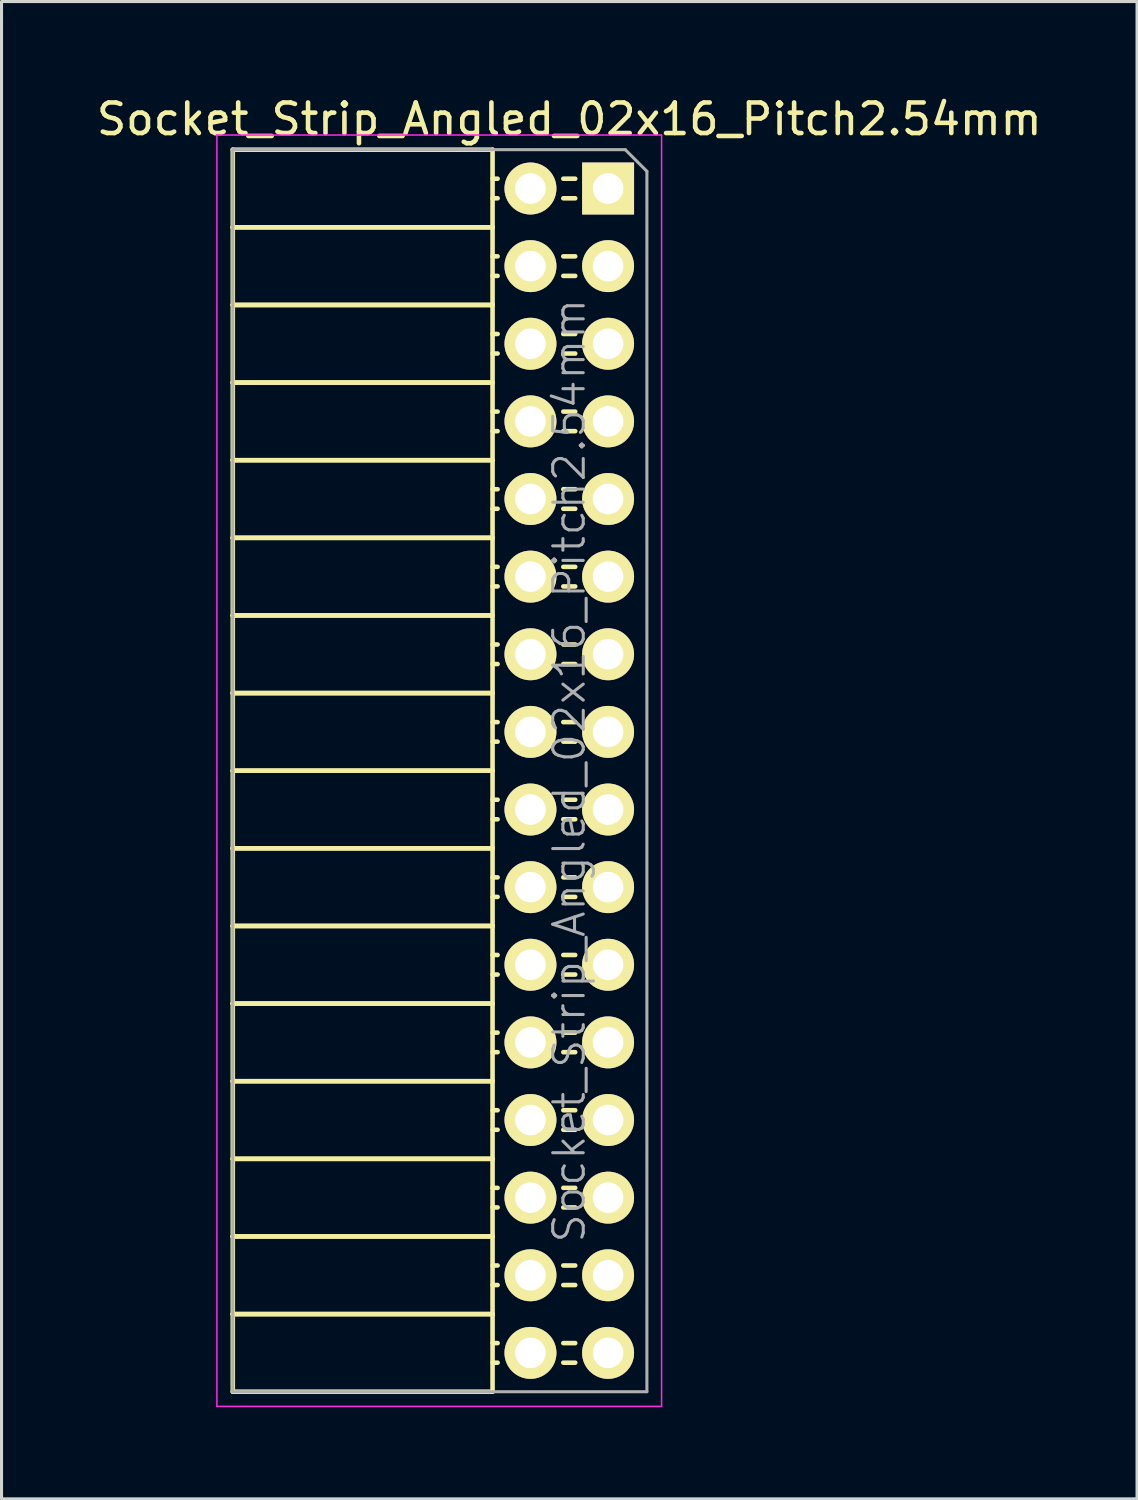
<source format=kicad_pcb>
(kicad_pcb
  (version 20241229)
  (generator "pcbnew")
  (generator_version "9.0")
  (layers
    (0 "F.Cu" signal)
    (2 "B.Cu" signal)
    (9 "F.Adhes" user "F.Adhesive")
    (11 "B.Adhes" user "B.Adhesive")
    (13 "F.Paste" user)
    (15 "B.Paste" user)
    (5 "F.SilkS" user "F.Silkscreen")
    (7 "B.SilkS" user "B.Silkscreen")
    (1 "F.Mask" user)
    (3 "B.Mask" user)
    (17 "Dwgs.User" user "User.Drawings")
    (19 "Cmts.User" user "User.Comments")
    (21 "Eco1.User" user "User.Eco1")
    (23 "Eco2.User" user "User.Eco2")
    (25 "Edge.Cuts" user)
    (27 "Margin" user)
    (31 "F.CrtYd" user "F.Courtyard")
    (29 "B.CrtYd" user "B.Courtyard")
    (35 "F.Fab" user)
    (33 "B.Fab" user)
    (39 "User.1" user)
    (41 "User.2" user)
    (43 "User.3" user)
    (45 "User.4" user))
  (footprint "Socket_Strip_Angled_02x16_Pitch2.54mm"
    (layer "F.Cu")
    (at 16.847 3.118)
    (property "Reference" "Socket_Strip_Angled_02x16_Pitch2.54mm" (at -1.27 -2.27 0) (layer "F.SilkS") (effects (font (size 1 1) (thickness 0.15))))
    (attr smd)
    (fp_line (start -12.28 -1.27) (end -12.28 1.27) (stroke (width 0.15) (type solid)) (layer "F.SilkS"))
    (fp_line (start -12.28 -1.27) (end -3.78 -1.27) (stroke (width 0.15) (type solid)) (layer "F.SilkS"))
    (fp_line (start -12.28 1.27) (end -12.28 3.81) (stroke (width 0.15) (type solid)) (layer "F.SilkS"))
    (fp_line (start -12.28 1.27) (end -3.78 1.27) (stroke (width 0.15) (type solid)) (layer "F.SilkS"))
    (fp_line (start -12.28 1.27) (end -3.78 1.27) (stroke (width 0.15) (type solid)) (layer "F.SilkS"))
    (fp_line (start -12.28 3.81) (end -12.28 6.35) (stroke (width 0.15) (type solid)) (layer "F.SilkS"))
    (fp_line (start -12.28 3.81) (end -3.78 3.81) (stroke (width 0.15) (type solid)) (layer "F.SilkS"))
    (fp_line (start -12.28 3.81) (end -3.78 3.81) (stroke (width 0.15) (type solid)) (layer "F.SilkS"))
    (fp_line (start -12.28 6.35) (end -12.28 8.89) (stroke (width 0.15) (type solid)) (layer "F.SilkS"))
    (fp_line (start -12.28 6.35) (end -3.78 6.35) (stroke (width 0.15) (type solid)) (layer "F.SilkS"))
    (fp_line (start -12.28 6.35) (end -3.78 6.35) (stroke (width 0.15) (type solid)) (layer "F.SilkS"))
    (fp_line (start -12.28 8.89) (end -12.28 11.43) (stroke (width 0.15) (type solid)) (layer "F.SilkS"))
    (fp_line (start -12.28 8.89) (end -3.78 8.89) (stroke (width 0.15) (type solid)) (layer "F.SilkS"))
    (fp_line (start -12.28 8.89) (end -3.78 8.89) (stroke (width 0.15) (type solid)) (layer "F.SilkS"))
    (fp_line (start -12.28 11.43) (end -12.28 13.97) (stroke (width 0.15) (type solid)) (layer "F.SilkS"))
    (fp_line (start -12.28 11.43) (end -3.78 11.43) (stroke (width 0.15) (type solid)) (layer "F.SilkS"))
    (fp_line (start -12.28 11.43) (end -3.78 11.43) (stroke (width 0.15) (type solid)) (layer "F.SilkS"))
    (fp_line (start -12.28 13.97) (end -12.28 16.51) (stroke (width 0.15) (type solid)) (layer "F.SilkS"))
    (fp_line (start -12.28 13.97) (end -3.78 13.97) (stroke (width 0.15) (type solid)) (layer "F.SilkS"))
    (fp_line (start -12.28 13.97) (end -3.78 13.97) (stroke (width 0.15) (type solid)) (layer "F.SilkS"))
    (fp_line (start -12.28 16.51) (end -12.28 19.05) (stroke (width 0.15) (type solid)) (layer "F.SilkS"))
    (fp_line (start -12.28 16.51) (end -3.78 16.51) (stroke (width 0.15) (type solid)) (layer "F.SilkS"))
    (fp_line (start -12.28 16.51) (end -3.78 16.51) (stroke (width 0.15) (type solid)) (layer "F.SilkS"))
    (fp_line (start -12.28 19.05) (end -12.28 21.59) (stroke (width 0.15) (type solid)) (layer "F.SilkS"))
    (fp_line (start -12.28 19.05) (end -3.78 19.05) (stroke (width 0.15) (type solid)) (layer "F.SilkS"))
    (fp_line (start -12.28 19.05) (end -3.78 19.05) (stroke (width 0.15) (type solid)) (layer "F.SilkS"))
    (fp_line (start -12.28 21.59) (end -12.28 24.13) (stroke (width 0.15) (type solid)) (layer "F.SilkS"))
    (fp_line (start -12.28 21.59) (end -3.78 21.59) (stroke (width 0.15) (type solid)) (layer "F.SilkS"))
    (fp_line (start -12.28 21.59) (end -3.78 21.59) (stroke (width 0.15) (type solid)) (layer "F.SilkS"))
    (fp_line (start -12.28 24.13) (end -12.28 26.67) (stroke (width 0.15) (type solid)) (layer "F.SilkS"))
    (fp_line (start -12.28 24.13) (end -3.78 24.13) (stroke (width 0.15) (type solid)) (layer "F.SilkS"))
    (fp_line (start -12.28 24.13) (end -3.78 24.13) (stroke (width 0.15) (type solid)) (layer "F.SilkS"))
    (fp_line (start -12.28 26.67) (end -12.28 29.21) (stroke (width 0.15) (type solid)) (layer "F.SilkS"))
    (fp_line (start -12.28 26.67) (end -3.78 26.67) (stroke (width 0.15) (type solid)) (layer "F.SilkS"))
    (fp_line (start -12.28 26.67) (end -3.78 26.67) (stroke (width 0.15) (type solid)) (layer "F.SilkS"))
    (fp_line (start -12.28 29.21) (end -12.28 31.75) (stroke (width 0.15) (type solid)) (layer "F.SilkS"))
    (fp_line (start -12.28 29.21) (end -3.78 29.21) (stroke (width 0.15) (type solid)) (layer "F.SilkS"))
    (fp_line (start -12.28 29.21) (end -3.78 29.21) (stroke (width 0.15) (type solid)) (layer "F.SilkS"))
    (fp_line (start -12.28 31.75) (end -12.28 34.29) (stroke (width 0.15) (type solid)) (layer "F.SilkS"))
    (fp_line (start -12.28 31.75) (end -3.78 31.75) (stroke (width 0.15) (type solid)) (layer "F.SilkS"))
    (fp_line (start -12.28 31.75) (end -3.78 31.75) (stroke (width 0.15) (type solid)) (layer "F.SilkS"))
    (fp_line (start -12.28 34.29) (end -12.28 36.83) (stroke (width 0.15) (type solid)) (layer "F.SilkS"))
    (fp_line (start -12.28 34.29) (end -3.78 34.29) (stroke (width 0.15) (type solid)) (layer "F.SilkS"))
    (fp_line (start -12.28 34.29) (end -3.78 34.29) (stroke (width 0.15) (type solid)) (layer "F.SilkS"))
    (fp_line (start -12.28 36.83) (end -12.28 39.37) (stroke (width 0.15) (type solid)) (layer "F.SilkS"))
    (fp_line (start -12.28 36.83) (end -3.78 36.83) (stroke (width 0.15) (type solid)) (layer "F.SilkS"))
    (fp_line (start -12.28 36.83) (end -3.78 36.83) (stroke (width 0.15) (type solid)) (layer "F.SilkS"))
    (fp_line (start -12.28 39.37) (end -3.78 39.37) (stroke (width 0.15) (type solid)) (layer "F.SilkS"))
    (fp_line (start -3.78 -1.27) (end -3.78 1.27) (stroke (width 0.15) (type solid)) (layer "F.SilkS"))
    (fp_line (start -3.78 -0.32) (end -3.615 -0.32) (stroke (width 0.15) (type solid)) (layer "F.SilkS"))
    (fp_line (start -3.78 0.32) (end -3.615 0.32) (stroke (width 0.15) (type solid)) (layer "F.SilkS"))
    (fp_line (start -3.78 1.27) (end -3.78 3.81) (stroke (width 0.15) (type solid)) (layer "F.SilkS"))
    (fp_line (start -3.78 2.22) (end -3.615 2.22) (stroke (width 0.15) (type solid)) (layer "F.SilkS"))
    (fp_line (start -3.78 2.86) (end -3.615 2.86) (stroke (width 0.15) (type solid)) (layer "F.SilkS"))
    (fp_line (start -3.78 3.81) (end -3.78 6.35) (stroke (width 0.15) (type solid)) (layer "F.SilkS"))
    (fp_line (start -3.78 4.76) (end -3.615 4.76) (stroke (width 0.15) (type solid)) (layer "F.SilkS"))
    (fp_line (start -3.78 5.4) (end -3.615 5.4) (stroke (width 0.15) (type solid)) (layer "F.SilkS"))
    (fp_line (start -3.78 6.35) (end -3.78 8.89) (stroke (width 0.15) (type solid)) (layer "F.SilkS"))
    (fp_line (start -3.78 7.3) (end -3.615 7.3) (stroke (width 0.15) (type solid)) (layer "F.SilkS"))
    (fp_line (start -3.78 7.94) (end -3.615 7.94) (stroke (width 0.15) (type solid)) (layer "F.SilkS"))
    (fp_line (start -3.78 8.89) (end -3.78 11.43) (stroke (width 0.15) (type solid)) (layer "F.SilkS"))
    (fp_line (start -3.78 9.84) (end -3.615 9.84) (stroke (width 0.15) (type solid)) (layer "F.SilkS"))
    (fp_line (start -3.78 10.48) (end -3.615 10.48) (stroke (width 0.15) (type solid)) (layer "F.SilkS"))
    (fp_line (start -3.78 11.43) (end -3.78 13.97) (stroke (width 0.15) (type solid)) (layer "F.SilkS"))
    (fp_line (start -3.78 12.38) (end -3.615 12.38) (stroke (width 0.15) (type solid)) (layer "F.SilkS"))
    (fp_line (start -3.78 13.02) (end -3.615 13.02) (stroke (width 0.15) (type solid)) (layer "F.SilkS"))
    (fp_line (start -3.78 13.97) (end -3.78 16.51) (stroke (width 0.15) (type solid)) (layer "F.SilkS"))
    (fp_line (start -3.78 14.92) (end -3.615 14.92) (stroke (width 0.15) (type solid)) (layer "F.SilkS"))
    (fp_line (start -3.78 15.56) (end -3.615 15.56) (stroke (width 0.15) (type solid)) (layer "F.SilkS"))
    (fp_line (start -3.78 16.51) (end -3.78 19.05) (stroke (width 0.15) (type solid)) (layer "F.SilkS"))
    (fp_line (start -3.78 17.46) (end -3.615 17.46) (stroke (width 0.15) (type solid)) (layer "F.SilkS"))
    (fp_line (start -3.78 18.1) (end -3.615 18.1) (stroke (width 0.15) (type solid)) (layer "F.SilkS"))
    (fp_line (start -3.78 19.05) (end -3.78 21.59) (stroke (width 0.15) (type solid)) (layer "F.SilkS"))
    (fp_line (start -3.78 20) (end -3.615 20) (stroke (width 0.15) (type solid)) (layer "F.SilkS"))
    (fp_line (start -3.78 20.64) (end -3.615 20.64) (stroke (width 0.15) (type solid)) (layer "F.SilkS"))
    (fp_line (start -3.78 21.59) (end -3.78 24.13) (stroke (width 0.15) (type solid)) (layer "F.SilkS"))
    (fp_line (start -3.78 22.54) (end -3.615 22.54) (stroke (width 0.15) (type solid)) (layer "F.SilkS"))
    (fp_line (start -3.78 23.18) (end -3.615 23.18) (stroke (width 0.15) (type solid)) (layer "F.SilkS"))
    (fp_line (start -3.78 24.13) (end -3.78 26.67) (stroke (width 0.15) (type solid)) (layer "F.SilkS"))
    (fp_line (start -3.78 25.08) (end -3.615 25.08) (stroke (width 0.15) (type solid)) (layer "F.SilkS"))
    (fp_line (start -3.78 25.72) (end -3.615 25.72) (stroke (width 0.15) (type solid)) (layer "F.SilkS"))
    (fp_line (start -3.78 26.67) (end -3.78 29.21) (stroke (width 0.15) (type solid)) (layer "F.SilkS"))
    (fp_line (start -3.78 27.62) (end -3.615 27.62) (stroke (width 0.15) (type solid)) (layer "F.SilkS"))
    (fp_line (start -3.78 28.26) (end -3.615 28.26) (stroke (width 0.15) (type solid)) (layer "F.SilkS"))
    (fp_line (start -3.78 29.21) (end -3.78 31.75) (stroke (width 0.15) (type solid)) (layer "F.SilkS"))
    (fp_line (start -3.78 30.16) (end -3.615 30.16) (stroke (width 0.15) (type solid)) (layer "F.SilkS"))
    (fp_line (start -3.78 30.8) (end -3.615 30.8) (stroke (width 0.15) (type solid)) (layer "F.SilkS"))
    (fp_line (start -3.78 31.75) (end -3.78 34.29) (stroke (width 0.15) (type solid)) (layer "F.SilkS"))
    (fp_line (start -3.78 32.7) (end -3.615 32.7) (stroke (width 0.15) (type solid)) (layer "F.SilkS"))
    (fp_line (start -3.78 33.34) (end -3.615 33.34) (stroke (width 0.15) (type solid)) (layer "F.SilkS"))
    (fp_line (start -3.78 34.29) (end -3.78 36.83) (stroke (width 0.15) (type solid)) (layer "F.SilkS"))
    (fp_line (start -3.78 35.24) (end -3.615 35.24) (stroke (width 0.15) (type solid)) (layer "F.SilkS"))
    (fp_line (start -3.78 35.88) (end -3.615 35.88) (stroke (width 0.15) (type solid)) (layer "F.SilkS"))
    (fp_line (start -3.78 36.83) (end -3.78 39.37) (stroke (width 0.15) (type solid)) (layer "F.SilkS"))
    (fp_line (start -3.78 37.78) (end -3.615 37.78) (stroke (width 0.15) (type solid)) (layer "F.SilkS"))
    (fp_line (start -3.78 38.42) (end -3.615 38.42) (stroke (width 0.15) (type solid)) (layer "F.SilkS"))
    (fp_line (start -1.075 -0.32) (end -1.465 -0.32) (stroke (width 0.15) (type solid)) (layer "F.SilkS"))
    (fp_line (start -1.075 0.32) (end -1.465 0.32) (stroke (width 0.15) (type solid)) (layer "F.SilkS"))
    (fp_line (start -1.075 2.22) (end -1.465 2.22) (stroke (width 0.15) (type solid)) (layer "F.SilkS"))
    (fp_line (start -1.075 2.86) (end -1.465 2.86) (stroke (width 0.15) (type solid)) (layer "F.SilkS"))
    (fp_line (start -1.075 4.76) (end -1.465 4.76) (stroke (width 0.15) (type solid)) (layer "F.SilkS"))
    (fp_line (start -1.075 5.4) (end -1.465 5.4) (stroke (width 0.15) (type solid)) (layer "F.SilkS"))
    (fp_line (start -1.075 7.3) (end -1.465 7.3) (stroke (width 0.15) (type solid)) (layer "F.SilkS"))
    (fp_line (start -1.075 7.94) (end -1.465 7.94) (stroke (width 0.15) (type solid)) (layer "F.SilkS"))
    (fp_line (start -1.075 9.84) (end -1.465 9.84) (stroke (width 0.15) (type solid)) (layer "F.SilkS"))
    (fp_line (start -1.075 10.48) (end -1.465 10.48) (stroke (width 0.15) (type solid)) (layer "F.SilkS"))
    (fp_line (start -1.075 12.38) (end -1.465 12.38) (stroke (width 0.15) (type solid)) (layer "F.SilkS"))
    (fp_line (start -1.075 13.02) (end -1.465 13.02) (stroke (width 0.15) (type solid)) (layer "F.SilkS"))
    (fp_line (start -1.075 14.92) (end -1.465 14.92) (stroke (width 0.15) (type solid)) (layer "F.SilkS"))
    (fp_line (start -1.075 15.56) (end -1.465 15.56) (stroke (width 0.15) (type solid)) (layer "F.SilkS"))
    (fp_line (start -1.075 17.46) (end -1.465 17.46) (stroke (width 0.15) (type solid)) (layer "F.SilkS"))
    (fp_line (start -1.075 18.1) (end -1.465 18.1) (stroke (width 0.15) (type solid)) (layer "F.SilkS"))
    (fp_line (start -1.075 20) (end -1.465 20) (stroke (width 0.15) (type solid)) (layer "F.SilkS"))
    (fp_line (start -1.075 20.64) (end -1.465 20.64) (stroke (width 0.15) (type solid)) (layer "F.SilkS"))
    (fp_line (start -1.075 22.54) (end -1.465 22.54) (stroke (width 0.15) (type solid)) (layer "F.SilkS"))
    (fp_line (start -1.075 23.18) (end -1.465 23.18) (stroke (width 0.15) (type solid)) (layer "F.SilkS"))
    (fp_line (start -1.075 25.08) (end -1.465 25.08) (stroke (width 0.15) (type solid)) (layer "F.SilkS"))
    (fp_line (start -1.075 25.72) (end -1.465 25.72) (stroke (width 0.15) (type solid)) (layer "F.SilkS"))
    (fp_line (start -1.075 27.62) (end -1.465 27.62) (stroke (width 0.15) (type solid)) (layer "F.SilkS"))
    (fp_line (start -1.075 28.26) (end -1.465 28.26) (stroke (width 0.15) (type solid)) (layer "F.SilkS"))
    (fp_line (start -1.075 30.16) (end -1.465 30.16) (stroke (width 0.15) (type solid)) (layer "F.SilkS"))
    (fp_line (start -1.075 30.8) (end -1.465 30.8) (stroke (width 0.15) (type solid)) (layer "F.SilkS"))
    (fp_line (start -1.075 32.7) (end -1.465 32.7) (stroke (width 0.15) (type solid)) (layer "F.SilkS"))
    (fp_line (start -1.075 33.34) (end -1.465 33.34) (stroke (width 0.15) (type solid)) (layer "F.SilkS"))
    (fp_line (start -1.075 35.24) (end -1.465 35.24) (stroke (width 0.15) (type solid)) (layer "F.SilkS"))
    (fp_line (start -1.075 35.88) (end -1.465 35.88) (stroke (width 0.15) (type solid)) (layer "F.SilkS"))
    (fp_line (start -1.075 37.78) (end -1.465 37.78) (stroke (width 0.15) (type solid)) (layer "F.SilkS"))
    (fp_line (start -1.075 38.42) (end -1.465 38.42) (stroke (width 0.15) (type solid)) (layer "F.SilkS"))
    (fp_line (start -12.8 -1.75) (end 1.75 -1.75) (stroke (width 0.05) (type solid)) (layer "F.CrtYd"))
    (fp_line (start -12.8 39.85) (end -12.8 -1.75) (stroke (width 0.05) (type solid)) (layer "F.CrtYd"))
    (fp_line (start -12.8 39.85) (end 1.75 39.85) (stroke (width 0.05) (type solid)) (layer "F.CrtYd"))
    (fp_line (start 1.75 39.85) (end 1.75 -1.75) (stroke (width 0.05) (type solid)) (layer "F.CrtYd"))
    (fp_line (start -12.28 -1.27) (end 0.563 -1.27) (stroke (width 0.1) (type solid)) (layer "F.Fab"))
    (fp_line (start -12.28 39.37) (end -12.28 -1.27) (stroke (width 0.1) (type solid)) (layer "F.Fab"))
    (fp_line (start -12.28 39.37) (end 1.27 39.37) (stroke (width 0.1) (type solid)) (layer "F.Fab"))
    (fp_line (start 1.27 -0.563) (end 0.563 -1.27) (stroke (width 0.1) (type solid)) (layer "F.Fab"))
    (fp_line (start 1.27 39.37) (end 1.27 -0.563) (stroke (width 0.1) (type solid)) (layer "F.Fab"))
    (fp_text user "${REFERENCE}" (at -1.27 19.05 90) (layer "F.Fab") (effects (font (size 1 1) (thickness 0.1))))
    (pad "1" thru_hole rect (at 0 0) (size 1.7 1.7) (drill 1) (layers "*.Cu" "*.Mask" "F.SilkS"))
    (pad "2" thru_hole oval (at -2.54 0) (size 1.7 1.7) (drill 1) (layers "*.Cu" "*.Mask" "F.SilkS"))
    (pad "3" thru_hole oval (at 0 2.54) (size 1.7 1.7) (drill 1) (layers "*.Cu" "*.Mask" "F.SilkS"))
    (pad "4" thru_hole oval (at -2.54 2.54) (size 1.7 1.7) (drill 1) (layers "*.Cu" "*.Mask" "F.SilkS"))
    (pad "5" thru_hole oval (at 0 5.08) (size 1.7 1.7) (drill 1) (layers "*.Cu" "*.Mask" "F.SilkS"))
    (pad "6" thru_hole oval (at -2.54 5.08) (size 1.7 1.7) (drill 1) (layers "*.Cu" "*.Mask" "F.SilkS"))
    (pad "7" thru_hole oval (at 0 7.62) (size 1.7 1.7) (drill 1) (layers "*.Cu" "*.Mask" "F.SilkS"))
    (pad "8" thru_hole oval (at -2.54 7.62) (size 1.7 1.7) (drill 1) (layers "*.Cu" "*.Mask" "F.SilkS"))
    (pad "9" thru_hole oval (at 0 10.16) (size 1.7 1.7) (drill 1) (layers "*.Cu" "*.Mask" "F.SilkS"))
    (pad "10" thru_hole oval (at -2.54 10.16) (size 1.7 1.7) (drill 1) (layers "*.Cu" "*.Mask" "F.SilkS"))
    (pad "11" thru_hole oval (at 0 12.7) (size 1.7 1.7) (drill 1) (layers "*.Cu" "*.Mask" "F.SilkS"))
    (pad "12" thru_hole oval (at -2.54 12.7) (size 1.7 1.7) (drill 1) (layers "*.Cu" "*.Mask" "F.SilkS"))
    (pad "13" thru_hole oval (at 0 15.24) (size 1.7 1.7) (drill 1) (layers "*.Cu" "*.Mask" "F.SilkS"))
    (pad "14" thru_hole oval (at -2.54 15.24) (size 1.7 1.7) (drill 1) (layers "*.Cu" "*.Mask" "F.SilkS"))
    (pad "15" thru_hole oval (at 0 17.78) (size 1.7 1.7) (drill 1) (layers "*.Cu" "*.Mask" "F.SilkS"))
    (pad "16" thru_hole oval (at -2.54 17.78) (size 1.7 1.7) (drill 1) (layers "*.Cu" "*.Mask" "F.SilkS"))
    (pad "17" thru_hole oval (at 0 20.32) (size 1.7 1.7) (drill 1) (layers "*.Cu" "*.Mask" "F.SilkS"))
    (pad "18" thru_hole oval (at -2.54 20.32) (size 1.7 1.7) (drill 1) (layers "*.Cu" "*.Mask" "F.SilkS"))
    (pad "19" thru_hole oval (at 0 22.86) (size 1.7 1.7) (drill 1) (layers "*.Cu" "*.Mask" "F.SilkS"))
    (pad "20" thru_hole oval (at -2.54 22.86) (size 1.7 1.7) (drill 1) (layers "*.Cu" "*.Mask" "F.SilkS"))
    (pad "21" thru_hole oval (at 0 25.4) (size 1.7 1.7) (drill 1) (layers "*.Cu" "*.Mask" "F.SilkS"))
    (pad "22" thru_hole oval (at -2.54 25.4) (size 1.7 1.7) (drill 1) (layers "*.Cu" "*.Mask" "F.SilkS"))
    (pad "23" thru_hole oval (at 0 27.94) (size 1.7 1.7) (drill 1) (layers "*.Cu" "*.Mask" "F.SilkS"))
    (pad "24" thru_hole oval (at -2.54 27.94) (size 1.7 1.7) (drill 1) (layers "*.Cu" "*.Mask" "F.SilkS"))
    (pad "25" thru_hole oval (at 0 30.48) (size 1.7 1.7) (drill 1) (layers "*.Cu" "*.Mask" "F.SilkS"))
    (pad "26" thru_hole oval (at -2.54 30.48) (size 1.7 1.7) (drill 1) (layers "*.Cu" "*.Mask" "F.SilkS"))
    (pad "27" thru_hole oval (at 0 33.02) (size 1.7 1.7) (drill 1) (layers "*.Cu" "*.Mask" "F.SilkS"))
    (pad "28" thru_hole oval (at -2.54 33.02) (size 1.7 1.7) (drill 1) (layers "*.Cu" "*.Mask" "F.SilkS"))
    (pad "29" thru_hole oval (at 0 35.56) (size 1.7 1.7) (drill 1) (layers "*.Cu" "*.Mask" "F.SilkS"))
    (pad "30" thru_hole oval (at -2.54 35.56) (size 1.7 1.7) (drill 1) (layers "*.Cu" "*.Mask" "F.SilkS"))
    (pad "31" thru_hole oval (at 0 38.1) (size 1.7 1.7) (drill 1) (layers "*.Cu" "*.Mask" "F.SilkS"))
    (pad "32" thru_hole oval (at -2.54 38.1) (size 1.7 1.7) (drill 1) (layers "*.Cu" "*.Mask" "F.SilkS")))
  (gr_rect
    (start -3 -3)
    (end 34.155 45.993)
    (stroke (width 0.1) (type default))
    (fill no)
    (layer "Edge.Cuts")))
</source>
